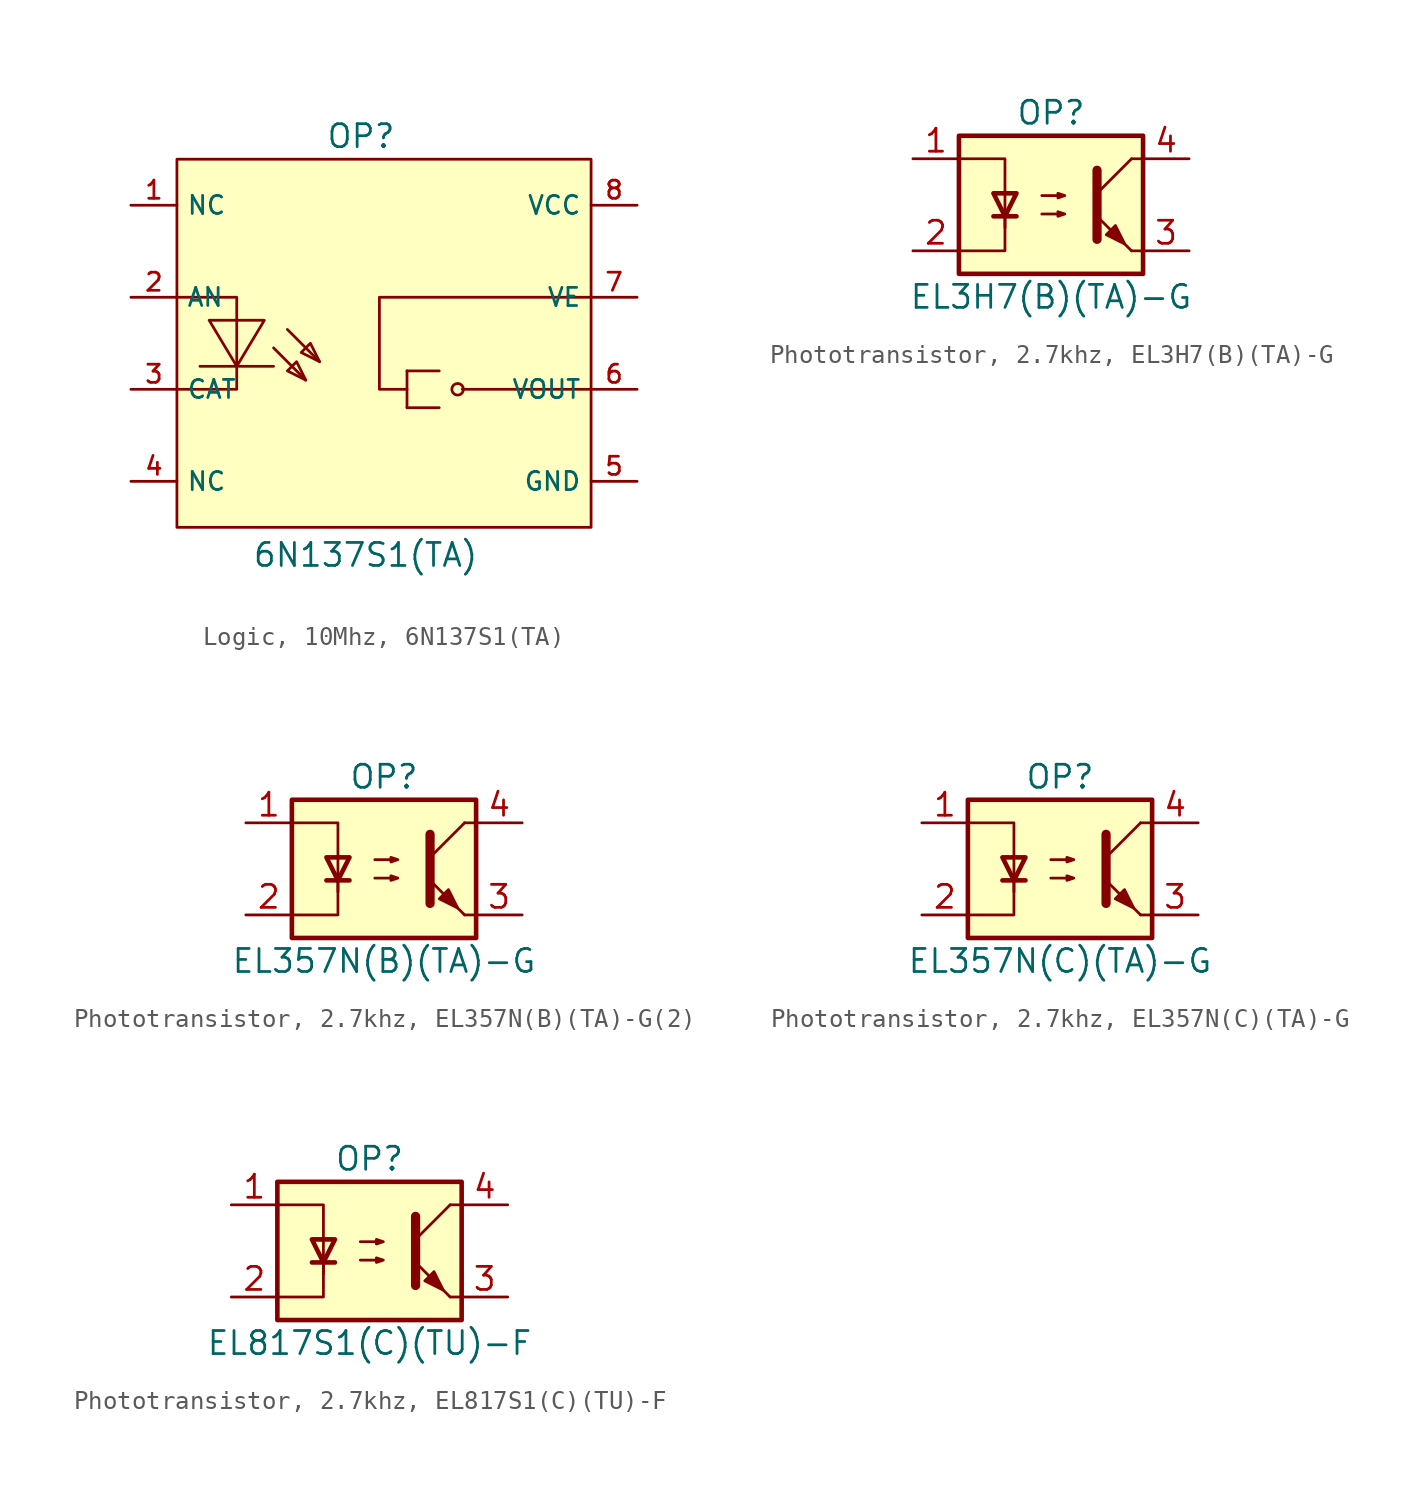
<source format=kicad_sym>
(kicad_symbol_lib
  (version 20231120)
  (generator "kicad_symbol_editor")
  (generator_version "8.0")
  (symbol "Logic, 10Mhz, 6N137S1(TA)"
    (property "Reference" "OP"
      (at 0 11.43 0)
      (effects (font (size 1.27 1.27))))
    (property "Value" "6N137S1(TA)"
      (at 0.254 -11.684 0)
      (effects (font (size 1.27 1.27))))
    (symbol "Logic, 10Mhz, 6N137S1(TA)_0_1"
      (rectangle (start -10.16 10.16) (end 12.7 -10.16) (stroke (width 0) (type default)) (fill (type background)))
      (polyline (pts (xy -4.826 -1.27) (xy -8.89 -1.27)) (stroke (width 0) (type default)) (fill (type none)))
      (polyline (pts (xy -4.826 -0.254) (xy -3.048 -2.032)) (stroke (width 0) (type default)) (fill (type none)))
      (polyline (pts (xy -4.064 0.762) (xy -2.286 -1.016)) (stroke (width 0) (type default)) (fill (type none)))
      (polyline (pts (xy 2.54 -3.556) (xy 4.318 -3.556)) (stroke (width 0) (type default)) (fill (type none)))
      (polyline (pts (xy 2.54 -1.524) (xy 2.54 -3.556)) (stroke (width 0) (type default)) (fill (type none)))
      (polyline (pts (xy 2.54 -1.524) (xy 4.318 -1.524)) (stroke (width 0) (type default)) (fill (type none)))
      (polyline (pts (xy 5.588 -2.54) (xy 12.7 -2.54)) (stroke (width 0) (type default)) (fill (type none)))
      (polyline (pts (xy -10.16 2.54) (xy -6.858 2.54) (xy -6.858 -2.54) (xy -10.16 -2.54)) (stroke (width 0) (type default)) (fill (type none)))
      (polyline (pts (xy -8.382 1.27) (xy -6.858 -1.27) (xy -5.334 1.27) (xy -8.382 1.27)) (stroke (width 0) (type default)) (fill (type background)))
      (polyline (pts (xy -3.048 -2.032) (xy -3.556 -1.016) (xy -4.064 -1.524) (xy -3.048 -2.032)) (stroke (width 0) (type default)) (fill (type background)))
      (polyline (pts (xy -2.286 -1.016) (xy -2.794 0) (xy -3.302 -0.508) (xy -2.286 -1.016)) (stroke (width 0) (type default)) (fill (type background)))
      (polyline (pts (xy 12.7 2.54) (xy 1.016 2.54) (xy 1.016 -2.54) (xy 2.54 -2.54)) (stroke (width 0) (type default)) (fill (type none)))
      (circle (center 5.334 -2.54) (radius 0.318) (stroke (width 0) (type default)) (fill (type background)))
      (pin unspecified line (at -12.7 7.62 0) (length 2.54) (name "NC" (effects (font (size 1 1)))) (number "1" (effects (font (size 1 1)))))
      (pin unspecified line (at -12.7 2.54 0) (length 2.54) (name "AN" (effects (font (size 1 1)))) (number "2" (effects (font (size 1 1)))))
      (pin unspecified line (at -12.7 -2.54 0) (length 2.54) (name "CAT" (effects (font (size 1 1)))) (number "3" (effects (font (size 1 1)))))
      (pin unspecified line (at -12.7 -7.62 0) (length 2.54) (name "NC" (effects (font (size 1 1)))) (number "4" (effects (font (size 1 1)))))
      (pin unspecified line (at 15.24 -7.62 180) (length 2.54) (name "GND" (effects (font (size 1 1)))) (number "5" (effects (font (size 1 1)))))
      (pin unspecified line (at 15.24 -2.54 180) (length 2.54) (name "VOUT" (effects (font (size 1 1)))) (number "6" (effects (font (size 1 1)))))
      (pin unspecified line (at 15.24 2.54 180) (length 2.54) (name "VE" (effects (font (size 1 1)))) (number "7" (effects (font (size 1 1)))))
      (pin unspecified line (at 15.24 7.62 180) (length 2.54) (name "VCC" (effects (font (size 1 1)))) (number "8" (effects (font (size 1 1)))))))
  (symbol "Phototransistor, 2.7khz, EL3H7(B)(TA)-G"
    (property "Reference" "OP"
      (at 0 5.08 0)
      (effects (font (size 1.27 1.27))))
    (property "Value" "EL3H7(B)(TA)-G"
      (at 0 -5.08 0)
      (effects (font (size 1.27 1.27))))
    (symbol "Phototransistor, 2.7khz, EL3H7(B)(TA)-G_0_1"
      (rectangle (start -5.08 3.81) (end 5.08 -3.81) (stroke (width 0.254) (type default)) (fill (type background)))
      (polyline (pts (xy -3.175 -0.635) (xy -1.905 -0.635)) (stroke (width 0.254) (type default)) (fill (type none)))
      (polyline (pts (xy 2.54 0.635) (xy 4.445 2.54)) (stroke (width 0) (type default)) (fill (type none)))
      (polyline (pts (xy 4.445 -2.54) (xy 2.54 -0.635)) (stroke (width 0) (type default)) (fill (type outline)))
      (polyline (pts (xy 4.445 -2.54) (xy 5.08 -2.54)) (stroke (width 0) (type default)) (fill (type none)))
      (polyline (pts (xy 4.445 2.54) (xy 5.08 2.54)) (stroke (width 0) (type default)) (fill (type none)))
      (polyline (pts (xy -2.54 -0.635) (xy -2.54 -2.54) (xy -5.08 -2.54)) (stroke (width 0) (type default)) (fill (type none)))
      (polyline (pts (xy 2.54 1.905) (xy 2.54 -1.905) (xy 2.54 -1.905)) (stroke (width 0.508) (type default)) (fill (type none)))
      (polyline (pts (xy -5.08 2.54) (xy -2.54 2.54) (xy -2.54 -1.27) (xy -2.54 0.635)) (stroke (width 0) (type default)) (fill (type none)))
      (polyline (pts (xy -2.54 -0.635) (xy -3.175 0.635) (xy -1.905 0.635) (xy -2.54 -0.635)) (stroke (width 0.254) (type default)) (fill (type none)))
      (polyline (pts (xy -0.508 -0.508) (xy 0.762 -0.508) (xy 0.381 -0.635) (xy 0.381 -0.381) (xy 0.762 -0.508)) (stroke (width 0) (type default)) (fill (type none)))
      (polyline (pts (xy -0.508 0.508) (xy 0.762 0.508) (xy 0.381 0.381) (xy 0.381 0.635) (xy 0.762 0.508)) (stroke (width 0) (type default)) (fill (type none)))
      (polyline (pts (xy 3.048 -1.651) (xy 3.556 -1.143) (xy 4.064 -2.159) (xy 3.048 -1.651) (xy 3.048 -1.651)) (stroke (width 0) (type default)) (fill (type outline))))
    (symbol "Phototransistor, 2.7khz, EL3H7(B)(TA)-G_1_1"
      (pin passive line (at -7.62 2.54 0) (length 2.54) (name "~" (effects (font (size 1.27 1.27)))) (number "1" (effects (font (size 1.27 1.27)))))
      (pin passive line (at -7.62 -2.54 0) (length 2.54) (name "~" (effects (font (size 1.27 1.27)))) (number "2" (effects (font (size 1.27 1.27)))))
      (pin passive line (at 7.62 -2.54 180) (length 2.54) (name "~" (effects (font (size 1.27 1.27)))) (number "3" (effects (font (size 1.27 1.27)))))
      (pin passive line (at 7.62 2.54 180) (length 2.54) (name "~" (effects (font (size 1.27 1.27)))) (number "4" (effects (font (size 1.27 1.27)))))))
  (symbol "Phototransistor, 2.7khz, EL357N(B)(TA)-G(2)"
    (property "Reference" "OP"
      (at 0 5.08 0)
      (effects (font (size 1.27 1.27))))
    (property "Value" "EL357N(B)(TA)-G"
      (at 0 -5.08 0)
      (effects (font (size 1.27 1.27))))
    (symbol "Phototransistor, 2.7khz, EL357N(B)(TA)-G(2)_0_1"
      (rectangle (start -5.08 3.81) (end 5.08 -3.81) (stroke (width 0.254) (type default)) (fill (type background)))
      (polyline (pts (xy -3.175 -0.635) (xy -1.905 -0.635)) (stroke (width 0.254) (type default)) (fill (type none)))
      (polyline (pts (xy 2.54 0.635) (xy 4.445 2.54)) (stroke (width 0) (type default)) (fill (type none)))
      (polyline (pts (xy 4.445 -2.54) (xy 2.54 -0.635)) (stroke (width 0) (type default)) (fill (type outline)))
      (polyline (pts (xy 4.445 -2.54) (xy 5.08 -2.54)) (stroke (width 0) (type default)) (fill (type none)))
      (polyline (pts (xy 4.445 2.54) (xy 5.08 2.54)) (stroke (width 0) (type default)) (fill (type none)))
      (polyline (pts (xy -2.54 -0.635) (xy -2.54 -2.54) (xy -5.08 -2.54)) (stroke (width 0) (type default)) (fill (type none)))
      (polyline (pts (xy 2.54 1.905) (xy 2.54 -1.905) (xy 2.54 -1.905)) (stroke (width 0.508) (type default)) (fill (type none)))
      (polyline (pts (xy -5.08 2.54) (xy -2.54 2.54) (xy -2.54 -1.27) (xy -2.54 0.635)) (stroke (width 0) (type default)) (fill (type none)))
      (polyline (pts (xy -2.54 -0.635) (xy -3.175 0.635) (xy -1.905 0.635) (xy -2.54 -0.635)) (stroke (width 0.254) (type default)) (fill (type none)))
      (polyline (pts (xy -0.508 -0.508) (xy 0.762 -0.508) (xy 0.381 -0.635) (xy 0.381 -0.381) (xy 0.762 -0.508)) (stroke (width 0) (type default)) (fill (type none)))
      (polyline (pts (xy -0.508 0.508) (xy 0.762 0.508) (xy 0.381 0.381) (xy 0.381 0.635) (xy 0.762 0.508)) (stroke (width 0) (type default)) (fill (type none)))
      (polyline (pts (xy 3.048 -1.651) (xy 3.556 -1.143) (xy 4.064 -2.159) (xy 3.048 -1.651) (xy 3.048 -1.651)) (stroke (width 0) (type default)) (fill (type outline))))
    (symbol "Phototransistor, 2.7khz, EL357N(B)(TA)-G(2)_1_1"
      (pin passive line (at -7.62 2.54 0) (length 2.54) (name "~" (effects (font (size 1.27 1.27)))) (number "1" (effects (font (size 1.27 1.27)))))
      (pin passive line (at -7.62 -2.54 0) (length 2.54) (name "~" (effects (font (size 1.27 1.27)))) (number "2" (effects (font (size 1.27 1.27)))))
      (pin passive line (at 7.62 -2.54 180) (length 2.54) (name "~" (effects (font (size 1.27 1.27)))) (number "3" (effects (font (size 1.27 1.27)))))
      (pin passive line (at 7.62 2.54 180) (length 2.54) (name "~" (effects (font (size 1.27 1.27)))) (number "4" (effects (font (size 1.27 1.27)))))))
  (symbol "Phototransistor, 2.7khz, EL357N(C)(TA)-G"
    (property "Reference" "OP"
      (at 0 5.08 0)
      (effects (font (size 1.27 1.27))))
    (property "Value" "EL357N(C)(TA)-G"
      (at 0 -5.08 0)
      (effects (font (size 1.27 1.27))))
    (symbol "Phototransistor, 2.7khz, EL357N(C)(TA)-G_0_1"
      (rectangle (start -5.08 3.81) (end 5.08 -3.81) (stroke (width 0.254) (type default)) (fill (type background)))
      (polyline (pts (xy -3.175 -0.635) (xy -1.905 -0.635)) (stroke (width 0.254) (type default)) (fill (type none)))
      (polyline (pts (xy 2.54 0.635) (xy 4.445 2.54)) (stroke (width 0) (type default)) (fill (type none)))
      (polyline (pts (xy 4.445 -2.54) (xy 2.54 -0.635)) (stroke (width 0) (type default)) (fill (type outline)))
      (polyline (pts (xy 4.445 -2.54) (xy 5.08 -2.54)) (stroke (width 0) (type default)) (fill (type none)))
      (polyline (pts (xy 4.445 2.54) (xy 5.08 2.54)) (stroke (width 0) (type default)) (fill (type none)))
      (polyline (pts (xy -2.54 -0.635) (xy -2.54 -2.54) (xy -5.08 -2.54)) (stroke (width 0) (type default)) (fill (type none)))
      (polyline (pts (xy 2.54 1.905) (xy 2.54 -1.905) (xy 2.54 -1.905)) (stroke (width 0.508) (type default)) (fill (type none)))
      (polyline (pts (xy -5.08 2.54) (xy -2.54 2.54) (xy -2.54 -1.27) (xy -2.54 0.635)) (stroke (width 0) (type default)) (fill (type none)))
      (polyline (pts (xy -2.54 -0.635) (xy -3.175 0.635) (xy -1.905 0.635) (xy -2.54 -0.635)) (stroke (width 0.254) (type default)) (fill (type none)))
      (polyline (pts (xy -0.508 -0.508) (xy 0.762 -0.508) (xy 0.381 -0.635) (xy 0.381 -0.381) (xy 0.762 -0.508)) (stroke (width 0) (type default)) (fill (type none)))
      (polyline (pts (xy -0.508 0.508) (xy 0.762 0.508) (xy 0.381 0.381) (xy 0.381 0.635) (xy 0.762 0.508)) (stroke (width 0) (type default)) (fill (type none)))
      (polyline (pts (xy 3.048 -1.651) (xy 3.556 -1.143) (xy 4.064 -2.159) (xy 3.048 -1.651) (xy 3.048 -1.651)) (stroke (width 0) (type default)) (fill (type outline))))
    (symbol "Phototransistor, 2.7khz, EL357N(C)(TA)-G_1_1"
      (pin passive line (at -7.62 2.54 0) (length 2.54) (name "~" (effects (font (size 1.27 1.27)))) (number "1" (effects (font (size 1.27 1.27)))))
      (pin passive line (at -7.62 -2.54 0) (length 2.54) (name "~" (effects (font (size 1.27 1.27)))) (number "2" (effects (font (size 1.27 1.27)))))
      (pin passive line (at 7.62 -2.54 180) (length 2.54) (name "~" (effects (font (size 1.27 1.27)))) (number "3" (effects (font (size 1.27 1.27)))))
      (pin passive line (at 7.62 2.54 180) (length 2.54) (name "~" (effects (font (size 1.27 1.27)))) (number "4" (effects (font (size 1.27 1.27)))))))
  (symbol "Phototransistor, 2.7khz, EL817S1(C)(TU)-F"
    (property "Reference" "OP"
      (at 0 5.08 0)
      (effects (font (size 1.27 1.27))))
    (property "Value" "EL817S1(C)(TU)-F"
      (at 0 -5.08 0)
      (effects (font (size 1.27 1.27))))
    (symbol "Phototransistor, 2.7khz, EL817S1(C)(TU)-F_0_1"
      (rectangle (start -5.08 3.81) (end 5.08 -3.81) (stroke (width 0.254) (type default)) (fill (type background)))
      (polyline (pts (xy -3.175 -0.635) (xy -1.905 -0.635)) (stroke (width 0.254) (type default)) (fill (type none)))
      (polyline (pts (xy 2.54 0.635) (xy 4.445 2.54)) (stroke (width 0) (type default)) (fill (type none)))
      (polyline (pts (xy 4.445 -2.54) (xy 2.54 -0.635)) (stroke (width 0) (type default)) (fill (type outline)))
      (polyline (pts (xy 4.445 -2.54) (xy 5.08 -2.54)) (stroke (width 0) (type default)) (fill (type none)))
      (polyline (pts (xy 4.445 2.54) (xy 5.08 2.54)) (stroke (width 0) (type default)) (fill (type none)))
      (polyline (pts (xy -2.54 -0.635) (xy -2.54 -2.54) (xy -5.08 -2.54)) (stroke (width 0) (type default)) (fill (type none)))
      (polyline (pts (xy 2.54 1.905) (xy 2.54 -1.905) (xy 2.54 -1.905)) (stroke (width 0.508) (type default)) (fill (type none)))
      (polyline (pts (xy -5.08 2.54) (xy -2.54 2.54) (xy -2.54 -1.27) (xy -2.54 0.635)) (stroke (width 0) (type default)) (fill (type none)))
      (polyline (pts (xy -2.54 -0.635) (xy -3.175 0.635) (xy -1.905 0.635) (xy -2.54 -0.635)) (stroke (width 0.254) (type default)) (fill (type none)))
      (polyline (pts (xy -0.508 -0.508) (xy 0.762 -0.508) (xy 0.381 -0.635) (xy 0.381 -0.381) (xy 0.762 -0.508)) (stroke (width 0) (type default)) (fill (type none)))
      (polyline (pts (xy -0.508 0.508) (xy 0.762 0.508) (xy 0.381 0.381) (xy 0.381 0.635) (xy 0.762 0.508)) (stroke (width 0) (type default)) (fill (type none)))
      (polyline (pts (xy 3.048 -1.651) (xy 3.556 -1.143) (xy 4.064 -2.159) (xy 3.048 -1.651) (xy 3.048 -1.651)) (stroke (width 0) (type default)) (fill (type outline))))
    (symbol "Phototransistor, 2.7khz, EL817S1(C)(TU)-F_1_1"
      (pin passive line (at -7.62 2.54 0) (length 2.54) (name "~" (effects (font (size 1.27 1.27)))) (number "1" (effects (font (size 1.27 1.27)))))
      (pin passive line (at -7.62 -2.54 0) (length 2.54) (name "~" (effects (font (size 1.27 1.27)))) (number "2" (effects (font (size 1.27 1.27)))))
      (pin passive line (at 7.62 -2.54 180) (length 2.54) (name "~" (effects (font (size 1.27 1.27)))) (number "3" (effects (font (size 1.27 1.27)))))
      (pin passive line (at 7.62 2.54 180) (length 2.54) (name "~" (effects (font (size 1.27 1.27)))) (number "4" (effects (font (size 1.27 1.27))))))))
</source>
